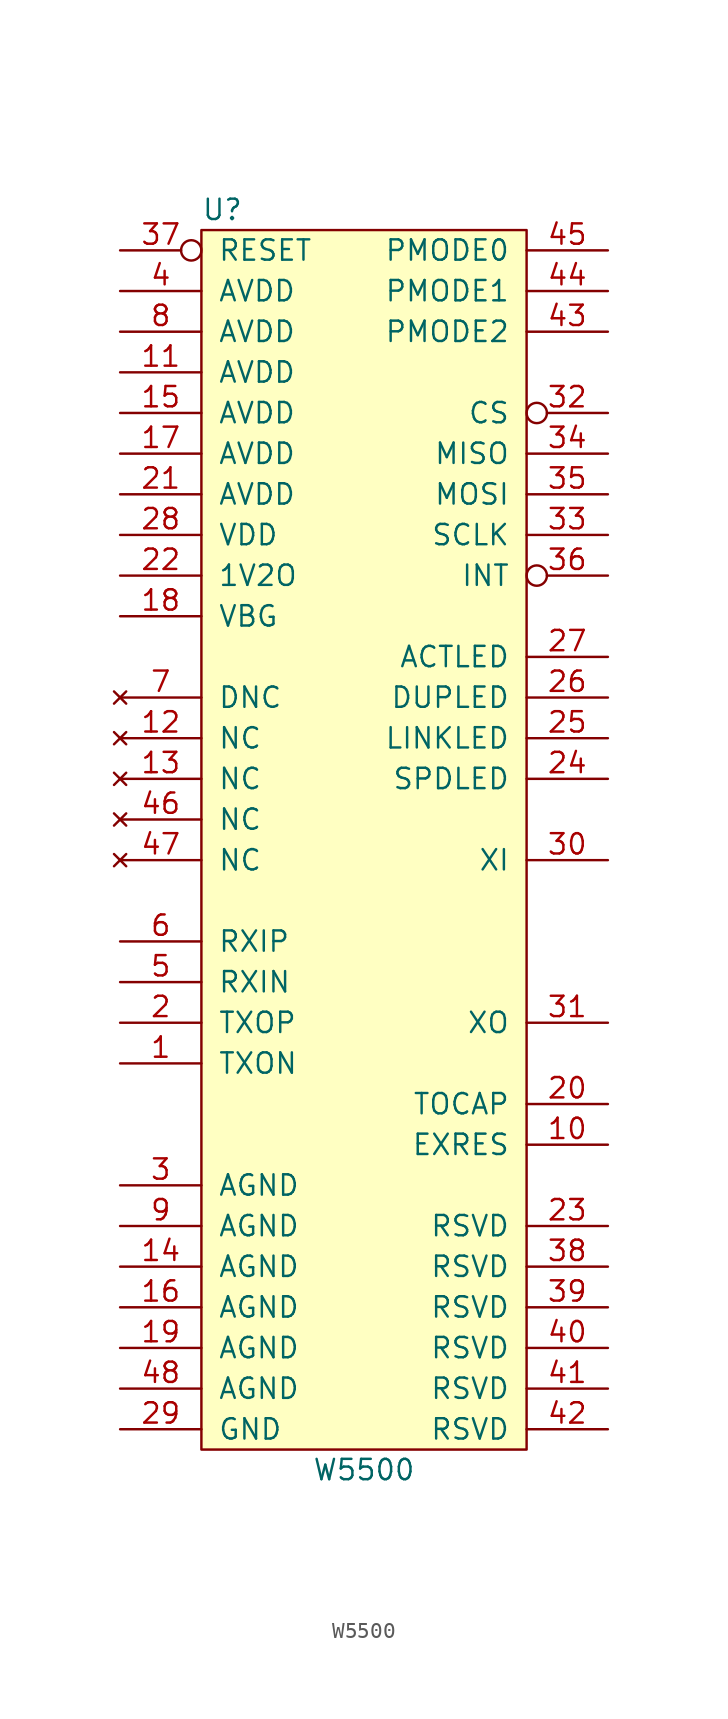
<source format=kicad_sym>
(kicad_symbol_lib
  (version 20211014)
  (generator kicad_symbol_editor)
  (symbol "W5500"
    (pin_names
      (offset 1.016))
    (property "Reference" "U"
      (at -10.16 44.45 0)
      (effects (font (size 1.27 1.27)) (justify left)))
    (property "Value" "W5500"
      (at 0 -34.29 0)
      (effects (font (size 1.27 1.27))))
    (symbol "W5500_0_1"
      (rectangle (start -10.16 43.18) (end 10.16 -33.02) (stroke (width 0) (type default) (color 0 0 0 0)) (fill (type background))))
    (symbol "W5500_1_1"
      (pin output line (at -15.24 -8.89 0) (length 5.08) (name "TXON" (effects (font (size 1.27 1.27)))) (number "1" (effects (font (size 1.27 1.27)))))
      (pin output line (at 15.24 -13.97 180) (length 5.08) (name "EXRES" (effects (font (size 1.27 1.27)))) (number "10" (effects (font (size 1.27 1.27)))))
      (pin power_in line (at -15.24 34.29 0) (length 5.08) (name "AVDD" (effects (font (size 1.27 1.27)))) (number "11" (effects (font (size 1.27 1.27)))))
      (pin no_connect line (at -15.24 11.43 0) (length 5.08) (name "NC" (effects (font (size 1.27 1.27)))) (number "12" (effects (font (size 1.27 1.27)))))
      (pin no_connect line (at -15.24 8.89 0) (length 5.08) (name "NC" (effects (font (size 1.27 1.27)))) (number "13" (effects (font (size 1.27 1.27)))))
      (pin power_in line (at -15.24 -21.59 0) (length 5.08) (name "AGND" (effects (font (size 1.27 1.27)))) (number "14" (effects (font (size 1.27 1.27)))))
      (pin power_in line (at -15.24 31.75 0) (length 5.08) (name "AVDD" (effects (font (size 1.27 1.27)))) (number "15" (effects (font (size 1.27 1.27)))))
      (pin power_in line (at -15.24 -24.13 0) (length 5.08) (name "AGND" (effects (font (size 1.27 1.27)))) (number "16" (effects (font (size 1.27 1.27)))))
      (pin power_in line (at -15.24 29.21 0) (length 5.08) (name "AVDD" (effects (font (size 1.27 1.27)))) (number "17" (effects (font (size 1.27 1.27)))))
      (pin power_out line (at -15.24 19.05 0) (length 5.08) (name "VBG" (effects (font (size 1.27 1.27)))) (number "18" (effects (font (size 1.27 1.27)))))
      (pin power_in line (at -15.24 -26.67 0) (length 5.08) (name "AGND" (effects (font (size 1.27 1.27)))) (number "19" (effects (font (size 1.27 1.27)))))
      (pin output line (at -15.24 -6.35 0) (length 5.08) (name "TXOP" (effects (font (size 1.27 1.27)))) (number "2" (effects (font (size 1.27 1.27)))))
      (pin output line (at 15.24 -11.43 180) (length 5.08) (name "TOCAP" (effects (font (size 1.27 1.27)))) (number "20" (effects (font (size 1.27 1.27)))))
      (pin power_in line (at -15.24 26.67 0) (length 5.08) (name "AVDD" (effects (font (size 1.27 1.27)))) (number "21" (effects (font (size 1.27 1.27)))))
      (pin power_out line (at -15.24 21.59 0) (length 5.08) (name "1V2O" (effects (font (size 1.27 1.27)))) (number "22" (effects (font (size 1.27 1.27)))))
      (pin unspecified line (at 15.24 -19.05 180) (length 5.08) (name "RSVD" (effects (font (size 1.27 1.27)))) (number "23" (effects (font (size 1.27 1.27)))))
      (pin output line (at 15.24 8.89 180) (length 5.08) (name "SPDLED" (effects (font (size 1.27 1.27)))) (number "24" (effects (font (size 1.27 1.27)))))
      (pin output line (at 15.24 11.43 180) (length 5.08) (name "LINKLED" (effects (font (size 1.27 1.27)))) (number "25" (effects (font (size 1.27 1.27)))))
      (pin output line (at 15.24 13.97 180) (length 5.08) (name "DUPLED" (effects (font (size 1.27 1.27)))) (number "26" (effects (font (size 1.27 1.27)))))
      (pin output line (at 15.24 16.51 180) (length 5.08) (name "ACTLED" (effects (font (size 1.27 1.27)))) (number "27" (effects (font (size 1.27 1.27)))))
      (pin power_in line (at -15.24 24.13 0) (length 5.08) (name "VDD" (effects (font (size 1.27 1.27)))) (number "28" (effects (font (size 1.27 1.27)))))
      (pin power_in line (at -15.24 -31.75 0) (length 5.08) (name "GND" (effects (font (size 1.27 1.27)))) (number "29" (effects (font (size 1.27 1.27)))))
      (pin power_in line (at -15.24 -16.51 0) (length 5.08) (name "AGND" (effects (font (size 1.27 1.27)))) (number "3" (effects (font (size 1.27 1.27)))))
      (pin input line (at 15.24 3.81 180) (length 5.08) (name "XI" (effects (font (size 1.27 1.27)))) (number "30" (effects (font (size 1.27 1.27)))))
      (pin input line (at 15.24 -6.35 180) (length 5.08) (name "XO" (effects (font (size 1.27 1.27)))) (number "31" (effects (font (size 1.27 1.27)))))
      (pin input inverted (at 15.24 31.75 180) (length 5.08) (name "CS" (effects (font (size 1.27 1.27)))) (number "32" (effects (font (size 1.27 1.27)))))
      (pin input line (at 15.24 24.13 180) (length 5.08) (name "SCLK" (effects (font (size 1.27 1.27)))) (number "33" (effects (font (size 1.27 1.27)))))
      (pin output line (at 15.24 29.21 180) (length 5.08) (name "MISO" (effects (font (size 1.27 1.27)))) (number "34" (effects (font (size 1.27 1.27)))))
      (pin input line (at 15.24 26.67 180) (length 5.08) (name "MOSI" (effects (font (size 1.27 1.27)))) (number "35" (effects (font (size 1.27 1.27)))))
      (pin output inverted (at 15.24 21.59 180) (length 5.08) (name "INT" (effects (font (size 1.27 1.27)))) (number "36" (effects (font (size 1.27 1.27)))))
      (pin input inverted (at -15.24 41.91 0) (length 5.08) (name "RESET" (effects (font (size 1.27 1.27)))) (number "37" (effects (font (size 1.27 1.27)))))
      (pin unspecified line (at 15.24 -21.59 180) (length 5.08) (name "RSVD" (effects (font (size 1.27 1.27)))) (number "38" (effects (font (size 1.27 1.27)))))
      (pin unspecified line (at 15.24 -24.13 180) (length 5.08) (name "RSVD" (effects (font (size 1.27 1.27)))) (number "39" (effects (font (size 1.27 1.27)))))
      (pin power_in line (at -15.24 39.37 0) (length 5.08) (name "AVDD" (effects (font (size 1.27 1.27)))) (number "4" (effects (font (size 1.27 1.27)))))
      (pin unspecified line (at 15.24 -26.67 180) (length 5.08) (name "RSVD" (effects (font (size 1.27 1.27)))) (number "40" (effects (font (size 1.27 1.27)))))
      (pin unspecified line (at 15.24 -29.21 180) (length 5.08) (name "RSVD" (effects (font (size 1.27 1.27)))) (number "41" (effects (font (size 1.27 1.27)))))
      (pin unspecified line (at 15.24 -31.75 180) (length 5.08) (name "RSVD" (effects (font (size 1.27 1.27)))) (number "42" (effects (font (size 1.27 1.27)))))
      (pin input line (at 15.24 36.83 180) (length 5.08) (name "PMODE2" (effects (font (size 1.27 1.27)))) (number "43" (effects (font (size 1.27 1.27)))))
      (pin input line (at 15.24 39.37 180) (length 5.08) (name "PMODE1" (effects (font (size 1.27 1.27)))) (number "44" (effects (font (size 1.27 1.27)))))
      (pin input line (at 15.24 41.91 180) (length 5.08) (name "PMODE0" (effects (font (size 1.27 1.27)))) (number "45" (effects (font (size 1.27 1.27)))))
      (pin no_connect line (at -15.24 6.35 0) (length 5.08) (name "NC" (effects (font (size 1.27 1.27)))) (number "46" (effects (font (size 1.27 1.27)))))
      (pin no_connect line (at -15.24 3.81 0) (length 5.08) (name "NC" (effects (font (size 1.27 1.27)))) (number "47" (effects (font (size 1.27 1.27)))))
      (pin power_in line (at -15.24 -29.21 0) (length 5.08) (name "AGND" (effects (font (size 1.27 1.27)))) (number "48" (effects (font (size 1.27 1.27)))))
      (pin input line (at -15.24 -3.81 0) (length 5.08) (name "RXIN" (effects (font (size 1.27 1.27)))) (number "5" (effects (font (size 1.27 1.27)))))
      (pin input line (at -15.24 -1.27 0) (length 5.08) (name "RXIP" (effects (font (size 1.27 1.27)))) (number "6" (effects (font (size 1.27 1.27)))))
      (pin no_connect line (at -15.24 13.97 0) (length 5.08) (name "DNC" (effects (font (size 1.27 1.27)))) (number "7" (effects (font (size 1.27 1.27)))))
      (pin power_in line (at -15.24 36.83 0) (length 5.08) (name "AVDD" (effects (font (size 1.27 1.27)))) (number "8" (effects (font (size 1.27 1.27)))))
      (pin power_in line (at -15.24 -19.05 0) (length 5.08) (name "AGND" (effects (font (size 1.27 1.27)))) (number "9" (effects (font (size 1.27 1.27))))))))
</source>
